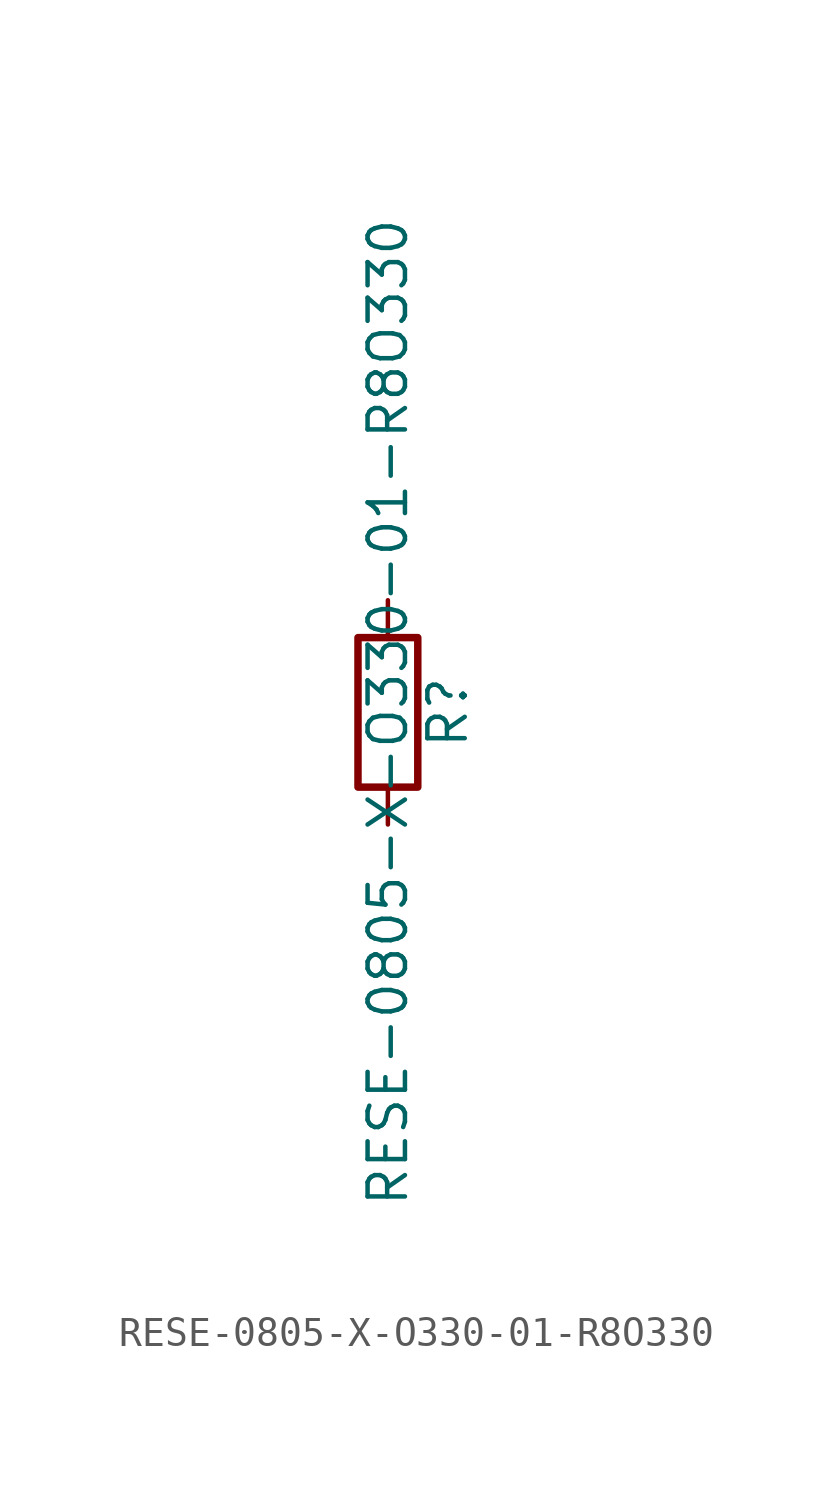
<source format=kicad_sym>
(kicad_symbol_lib
  (version 20211014)
  (generator kicad_symbol_editor)
  (symbol "RESE-0805-X-O330-01-R8O330"
    (pin_numbers hide)
    (pin_names
      (offset 0))
    (property "Reference" "R"
      (at 2.032 0 90)
      (effects (font (size 1.27 1.27))))
    (property "Value" "RESE-0805-X-O330-01-R8O330"
      (at 0 0 90)
      (effects (font (size 1.27 1.27))))
    (symbol "RESE-0805-X-O330-01-R8O330_0_1"
      (rectangle (start -1.016 -2.54) (end 1.016 2.54) (stroke (width 0.254) (type default) (color 0 0 0 0)) (fill (type none))))
    (symbol "RESE-0805-X-O330-01-R8O330_1_1"
      (pin passive line (at 0 3.81 270) (length 1.27) (name "~" (effects (font (size 1.27 1.27)))) (number "1" (effects (font (size 1.27 1.27)))))
      (pin passive line (at 0 -3.81 90) (length 1.27) (name "~" (effects (font (size 1.27 1.27)))) (number "2" (effects (font (size 1.27 1.27))))))))
</source>
